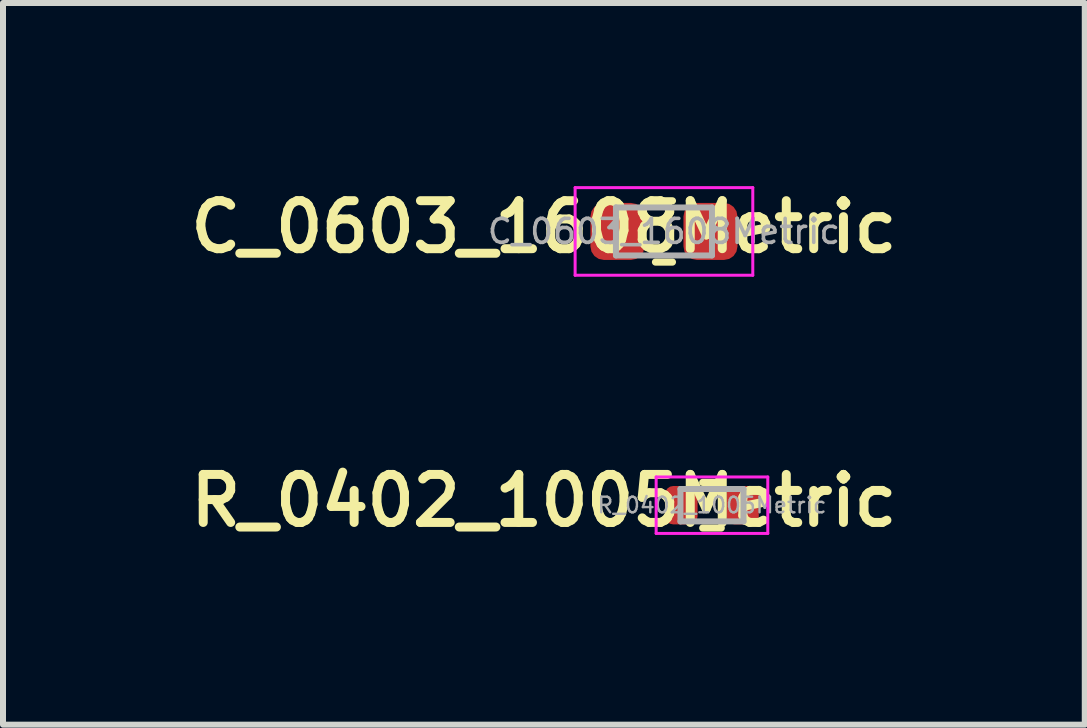
<source format=kicad_pcb>
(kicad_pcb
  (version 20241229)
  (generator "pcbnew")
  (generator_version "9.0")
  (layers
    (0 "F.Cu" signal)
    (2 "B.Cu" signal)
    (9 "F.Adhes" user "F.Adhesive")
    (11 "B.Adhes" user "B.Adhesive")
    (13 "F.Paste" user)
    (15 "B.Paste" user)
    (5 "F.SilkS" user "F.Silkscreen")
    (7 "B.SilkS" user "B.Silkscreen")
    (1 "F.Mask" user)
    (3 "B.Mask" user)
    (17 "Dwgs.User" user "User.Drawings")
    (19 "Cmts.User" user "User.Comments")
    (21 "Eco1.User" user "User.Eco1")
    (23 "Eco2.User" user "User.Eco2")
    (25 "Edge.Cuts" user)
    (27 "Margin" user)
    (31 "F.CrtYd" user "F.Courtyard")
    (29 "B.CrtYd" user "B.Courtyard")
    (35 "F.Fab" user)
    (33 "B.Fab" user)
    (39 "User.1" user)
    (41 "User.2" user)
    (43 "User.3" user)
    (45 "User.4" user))
  (footprint "C_0603_1608Metric"
    (layer "F.Cu")
    (at 8.012 0.806)
    (property "Reference" "C_0603_1608Metric" (at -2 -0.075 0) (layer "F.SilkS") (effects (font (size 0.8 0.8) (thickness 0.15))))
    (attr smd)
    (fp_line (start -0.141 -0.51) (end 0.141 -0.51) (stroke (width 0.12) (type solid)) (layer "F.SilkS"))
    (fp_line (start -0.141 0.51) (end 0.141 0.51) (stroke (width 0.12) (type solid)) (layer "F.SilkS"))
    (fp_line (start -1.48 -0.73) (end 1.48 -0.73) (stroke (width 0.05) (type solid)) (layer "F.CrtYd"))
    (fp_line (start -1.48 0.73) (end -1.48 -0.73) (stroke (width 0.05) (type solid)) (layer "F.CrtYd"))
    (fp_line (start 1.48 -0.73) (end 1.48 0.73) (stroke (width 0.05) (type solid)) (layer "F.CrtYd"))
    (fp_line (start 1.48 0.73) (end -1.48 0.73) (stroke (width 0.05) (type solid)) (layer "F.CrtYd"))
    (fp_line (start -0.8 -0.4) (end 0.8 -0.4) (stroke (width 0.1) (type solid)) (layer "F.Fab"))
    (fp_line (start -0.8 0.4) (end -0.8 -0.4) (stroke (width 0.1) (type solid)) (layer "F.Fab"))
    (fp_line (start 0.8 -0.4) (end 0.8 0.4) (stroke (width 0.1) (type solid)) (layer "F.Fab"))
    (fp_line (start 0.8 0.4) (end -0.8 0.4) (stroke (width 0.1) (type solid)) (layer "F.Fab"))
    (fp_text user "${REFERENCE}" (at 0 0 0) (layer "F.Fab") (effects (font (size 0.4 0.4) (thickness 0.06))))
    (pad "1" smd roundrect (at -0.775 0) (size 0.9 0.95) (layers "F.Cu" "F.Mask" "F.Paste") (roundrect_rratio 0.25))
    (pad "2" smd roundrect (at 0.775 0) (size 0.9 0.95) (layers "F.Cu" "F.Mask" "F.Paste") (roundrect_rratio 0.25))
    (zone (net_name "") (layers "F.Cu" "F.SilkS") (hatch edge 0.5) (connect_pads) (min_thickness 0.25) (filled_areas_thickness no) (keepout (tracks allowed) (vias allowed) (pads allowed) (copperpour not_allowed) (footprints allowed)) (placement (enabled no)) (fill) (polygon (pts (xy 7.587 0.081) (xy 7.587 1.531) (xy 8.412 1.531) (xy 8.412 0.081)))))
  (footprint "R_0402_1005Metric"
    (layer "F.Cu")
    (at 8.812 5.367)
    (property "Reference" "R_0402_1005Metric" (at -2.8 -0.075 0) (layer "F.SilkS") (effects (font (size 0.8 0.8) (thickness 0.15))))
    (attr smd)
    (fp_line (start -0.154 -0.38) (end 0.154 -0.38) (stroke (width 0.12) (type solid)) (layer "F.SilkS"))
    (fp_line (start -0.154 0.38) (end 0.154 0.38) (stroke (width 0.12) (type solid)) (layer "F.SilkS"))
    (fp_line (start -0.93 -0.47) (end 0.93 -0.47) (stroke (width 0.05) (type solid)) (layer "F.CrtYd"))
    (fp_line (start -0.93 0.47) (end -0.93 -0.47) (stroke (width 0.05) (type solid)) (layer "F.CrtYd"))
    (fp_line (start 0.93 -0.47) (end 0.93 0.47) (stroke (width 0.05) (type solid)) (layer "F.CrtYd"))
    (fp_line (start 0.93 0.47) (end -0.93 0.47) (stroke (width 0.05) (type solid)) (layer "F.CrtYd"))
    (fp_line (start -0.525 -0.27) (end 0.525 -0.27) (stroke (width 0.1) (type solid)) (layer "F.Fab"))
    (fp_line (start -0.525 0.27) (end -0.525 -0.27) (stroke (width 0.1) (type solid)) (layer "F.Fab"))
    (fp_line (start 0.525 -0.27) (end 0.525 0.27) (stroke (width 0.1) (type solid)) (layer "F.Fab"))
    (fp_line (start 0.525 0.27) (end -0.525 0.27) (stroke (width 0.1) (type solid)) (layer "F.Fab"))
    (fp_text user "${REFERENCE}" (at 0 0 0) (layer "F.Fab") (effects (font (size 0.26 0.26) (thickness 0.04))))
    (pad "1" smd roundrect (at -0.51 0) (size 0.54 0.64) (layers "F.Cu" "F.Mask" "F.Paste") (roundrect_rratio 0.25))
    (pad "2" smd roundrect (at 0.51 0) (size 0.54 0.64) (layers "F.Cu" "F.Mask" "F.Paste") (roundrect_rratio 0.25))
    (zone (net_name "") (layers "F.Cu" "F.SilkS") (hatch edge 0.5) (connect_pads) (min_thickness 0.25) (filled_areas_thickness no) (keepout (tracks allowed) (vias allowed) (pads allowed) (copperpour not_allowed) (footprints allowed)) (placement (enabled no)) (fill) (polygon (pts (xy 8.512 4.893) (xy 8.512 5.843) (xy 9.112 5.843) (xy 9.112 4.893)))))
  (gr_rect
    (start -3 -3)
    (end 15.023 9.024)
    (stroke (width 0.1) (type default))
    (fill no)
    (layer "Edge.Cuts")))
</source>
